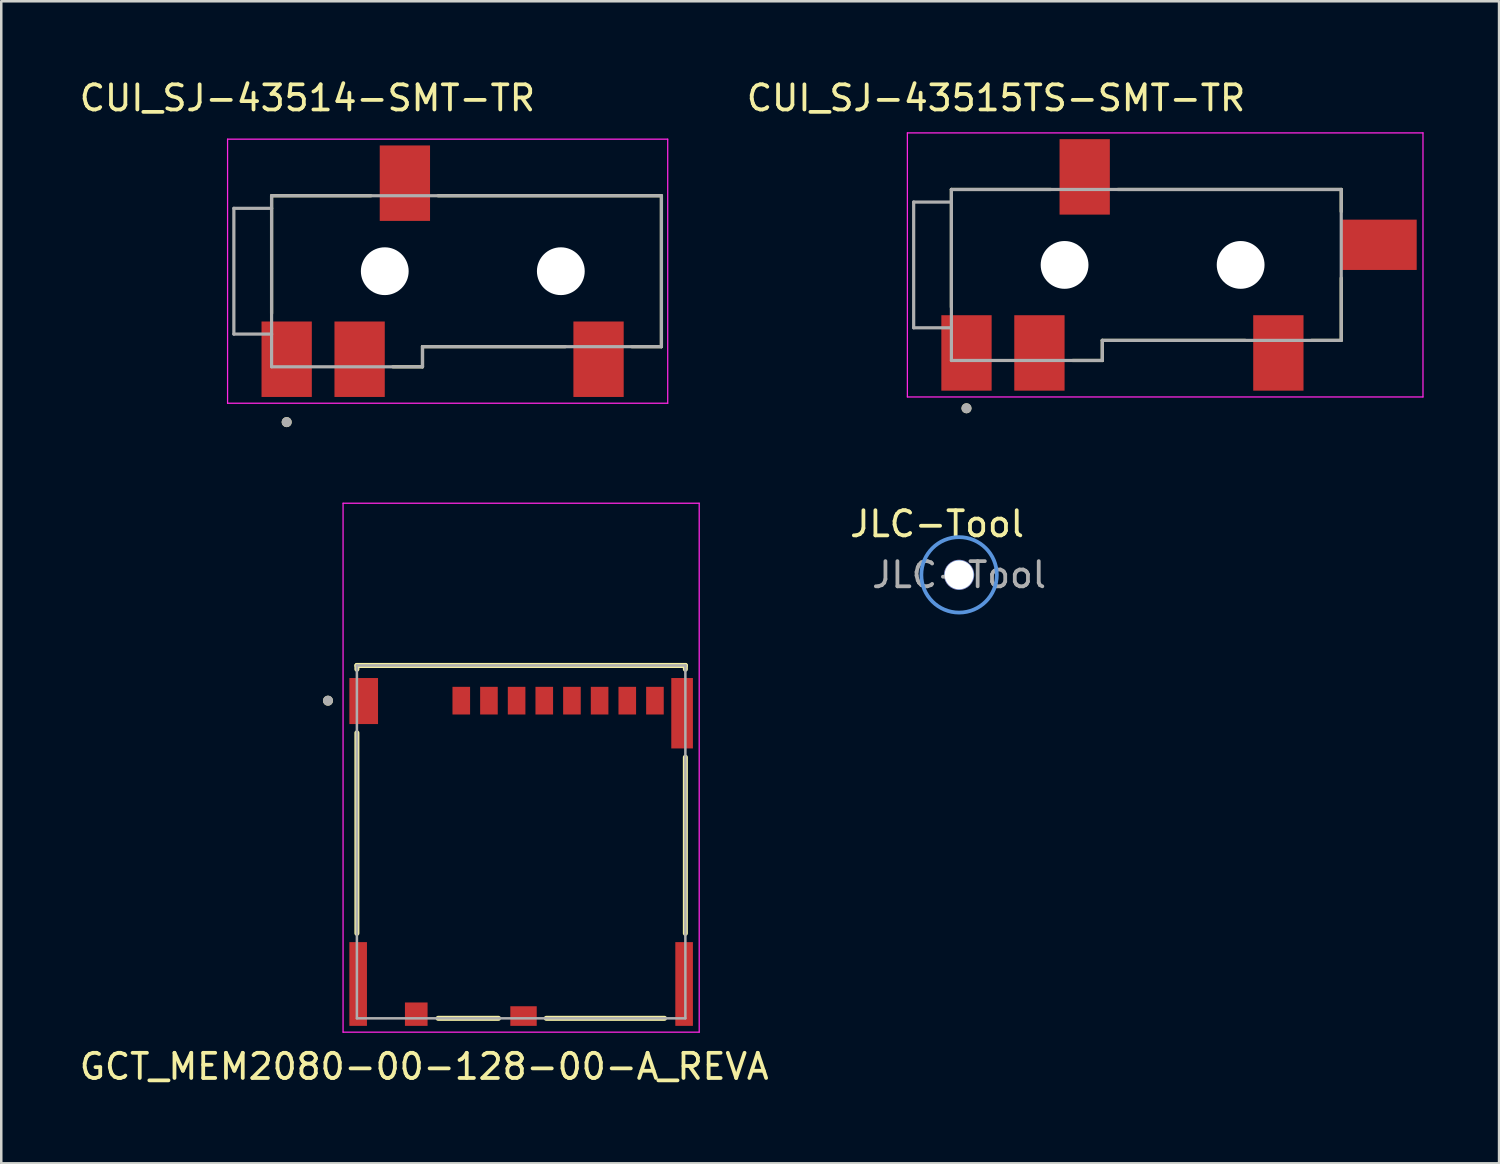
<source format=kicad_pcb>
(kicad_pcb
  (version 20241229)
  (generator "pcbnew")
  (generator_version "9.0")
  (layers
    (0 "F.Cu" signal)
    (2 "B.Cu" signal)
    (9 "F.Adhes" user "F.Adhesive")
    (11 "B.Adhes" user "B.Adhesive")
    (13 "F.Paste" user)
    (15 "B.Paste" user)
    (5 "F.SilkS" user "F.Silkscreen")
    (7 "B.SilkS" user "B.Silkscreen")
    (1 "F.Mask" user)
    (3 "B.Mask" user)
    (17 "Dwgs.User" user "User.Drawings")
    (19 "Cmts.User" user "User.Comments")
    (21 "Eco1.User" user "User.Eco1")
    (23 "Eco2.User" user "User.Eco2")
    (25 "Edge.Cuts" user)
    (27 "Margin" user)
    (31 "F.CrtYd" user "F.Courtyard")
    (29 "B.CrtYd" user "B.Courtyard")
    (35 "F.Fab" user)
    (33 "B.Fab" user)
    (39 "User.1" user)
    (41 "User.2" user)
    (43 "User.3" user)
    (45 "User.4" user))
  (footprint "CUI_SJ-43515TS-SMT-TR"
    (layer "F.Cu")
    (at 35.377 10.983)
    (property "Reference" "CUI_SJ-43515TS-SMT-TR" (at 1.175 -10.135 0) (layer "F.SilkS") (effects (font (size 1 1) (thickness 0.15))))
    (attr smd)
    (fp_line (start -0.6 -6.5) (end -0.6 -1.82) (stroke (width 0.127) (type solid)) (layer "F.SilkS"))
    (fp_line (start 3.35 -6.5) (end -0.6 -6.5) (stroke (width 0.127) (type solid)) (layer "F.SilkS"))
    (fp_line (start 4.22 0.3) (end 5.4 0.3) (stroke (width 0.127) (type solid)) (layer "F.SilkS"))
    (fp_line (start 5.4 -0.5) (end 11.08 -0.5) (stroke (width 0.127) (type solid)) (layer "F.SilkS"))
    (fp_line (start 5.4 0.3) (end 5.4 -0.5) (stroke (width 0.127) (type solid)) (layer "F.SilkS"))
    (fp_line (start 13.72 -0.5) (end 14.9 -0.5) (stroke (width 0.127) (type solid)) (layer "F.SilkS"))
    (fp_line (start 14.9 -6.5) (end 6.02 -6.5) (stroke (width 0.127) (type solid)) (layer "F.SilkS"))
    (fp_line (start 14.9 -5.62) (end 14.9 -6.5) (stroke (width 0.127) (type solid)) (layer "F.SilkS"))
    (fp_line (start 14.9 -0.5) (end 14.9 -2.98) (stroke (width 0.127) (type solid)) (layer "F.SilkS"))
    (fp_circle (center 0 2.2) (end 0.1 2.2) (stroke (width 0.2) (type solid)) (fill no) (layer "F.SilkS"))
    (fp_line (start -2.35 -8.75) (end -2.35 1.75) (stroke (width 0.05) (type solid)) (layer "F.CrtYd"))
    (fp_line (start -2.35 1.75) (end 18.15 1.75) (stroke (width 0.05) (type solid)) (layer "F.CrtYd"))
    (fp_line (start 18.15 -8.75) (end -2.35 -8.75) (stroke (width 0.05) (type solid)) (layer "F.CrtYd"))
    (fp_line (start 18.15 1.75) (end 18.15 -8.75) (stroke (width 0.05) (type solid)) (layer "F.CrtYd"))
    (fp_line (start -2.1 -6) (end -2.1 -1) (stroke (width 0.127) (type solid)) (layer "F.Fab"))
    (fp_line (start -2.1 -1) (end -0.6 -1) (stroke (width 0.127) (type solid)) (layer "F.Fab"))
    (fp_line (start -0.6 -6.5) (end -0.6 -6) (stroke (width 0.127) (type solid)) (layer "F.Fab"))
    (fp_line (start -0.6 -6) (end -2.1 -6) (stroke (width 0.127) (type solid)) (layer "F.Fab"))
    (fp_line (start -0.6 -6) (end -0.6 -1) (stroke (width 0.127) (type solid)) (layer "F.Fab"))
    (fp_line (start -0.6 -1) (end -0.6 0.3) (stroke (width 0.127) (type solid)) (layer "F.Fab"))
    (fp_line (start -0.6 0.3) (end 5.4 0.3) (stroke (width 0.127) (type solid)) (layer "F.Fab"))
    (fp_line (start 5.4 -0.5) (end 14.9 -0.5) (stroke (width 0.127) (type solid)) (layer "F.Fab"))
    (fp_line (start 5.4 0.3) (end 5.4 -0.5) (stroke (width 0.127) (type solid)) (layer "F.Fab"))
    (fp_line (start 14.9 -6.5) (end -0.6 -6.5) (stroke (width 0.127) (type solid)) (layer "F.Fab"))
    (fp_line (start 14.9 -0.5) (end 14.9 -6.5) (stroke (width 0.127) (type solid)) (layer "F.Fab"))
    (fp_circle (center 0 2.2) (end 0.1 2.2) (stroke (width 0.2) (type solid)) (fill no) (layer "F.Fab"))
    (pad "" np_thru_hole circle (at 3.9 -3.5) (size 1.9 1.9) (drill 1.9) (layers "*.Cu" "*.Mask"))
    (pad "" np_thru_hole circle (at 10.9 -3.5) (size 1.9 1.9) (drill 1.9) (layers "*.Cu" "*.Mask"))
    (pad "1" smd rect (at 0 0) (size 2 3) (layers "F.Cu" "F.Mask" "F.Paste"))
    (pad "2" smd rect (at 12.4 0) (size 2 3) (layers "F.Cu" "F.Mask" "F.Paste"))
    (pad "3" smd rect (at 4.7 -7) (size 2 3) (layers "F.Cu" "F.Mask" "F.Paste"))
    (pad "4" smd rect (at 2.9 0) (size 2 3) (layers "F.Cu" "F.Mask" "F.Paste"))
    (pad "5" smd rect (at 16.4 -4.3) (size 3 2) (layers "F.Cu" "F.Mask" "F.Paste")))
  (footprint "GCT_MEM2080-00-128-00-A_REVA"
    (layer "F.Cu")
    (at 17.67 30.423)
    (property "Reference" "GCT_MEM2080-00-128-00-A_REVA" (at -3.854 8.931 0) (layer "F.SilkS") (effects (font (size 1 1) (thickness 0.15))))
    (attr through_hole)
    (fp_line (start -6.53 -7.015) (end 6.53 -7.015) (stroke (width 0.2) (type solid)) (layer "F.SilkS"))
    (fp_line (start -6.53 -6.865) (end -6.53 -7.015) (stroke (width 0.2) (type solid)) (layer "F.SilkS"))
    (fp_line (start -6.53 -4.335) (end -6.53 3.635) (stroke (width 0.2) (type solid)) (layer "F.SilkS"))
    (fp_line (start -3.3 7.015) (end -0.9 7.015) (stroke (width 0.2) (type solid)) (layer "F.SilkS"))
    (fp_line (start 1 7.015) (end 5.7 7.015) (stroke (width 0.2) (type solid)) (layer "F.SilkS"))
    (fp_line (start 6.53 -7.015) (end 6.53 -6.865) (stroke (width 0.2) (type solid)) (layer "F.SilkS"))
    (fp_line (start 6.53 -3.365) (end 6.53 3.635) (stroke (width 0.2) (type solid)) (layer "F.SilkS"))
    (fp_circle (center -7.68 -5.615) (end -7.58 -5.615) (stroke (width 0.2) (type solid)) (fill no) (layer "F.SilkS"))
    (fp_line (start -7.08 -13.465) (end -7.08 7.565) (stroke (width 0.05) (type solid)) (layer "F.CrtYd"))
    (fp_line (start -7.08 7.565) (end 7.08 7.565) (stroke (width 0.05) (type solid)) (layer "F.CrtYd"))
    (fp_line (start 7.08 -13.465) (end -7.08 -13.465) (stroke (width 0.05) (type solid)) (layer "F.CrtYd"))
    (fp_line (start 7.08 7.565) (end 7.08 -13.465) (stroke (width 0.05) (type solid)) (layer "F.CrtYd"))
    (fp_line (start -6.53 -7.015) (end 6.53 -7.015) (stroke (width 0.1) (type solid)) (layer "F.Fab"))
    (fp_line (start -6.53 7.015) (end -6.53 -7.015) (stroke (width 0.1) (type solid)) (layer "F.Fab"))
    (fp_line (start 6.53 -7.015) (end 6.53 7.015) (stroke (width 0.1) (type solid)) (layer "F.Fab"))
    (fp_line (start 6.53 7.015) (end -6.53 7.015) (stroke (width 0.1) (type solid)) (layer "F.Fab"))
    (fp_circle (center -7.68 -5.615) (end -7.58 -5.615) (stroke (width 0.2) (type solid)) (fill no) (layer "F.Fab"))
    (pad "DSW1" smd rect (at -4.17 6.85) (size 0.9 0.93) (layers "F.Cu" "F.Mask" "F.Paste"))
    (pad "DSW2" smd rect (at 0.095 6.925) (size 1.05 0.78) (layers "F.Cu" "F.Mask" "F.Paste"))
    (pad "P1" smd rect (at -2.38 -5.615) (size 0.7 1.1) (layers "F.Cu" "F.Mask" "F.Paste"))
    (pad "P2" smd rect (at -1.28 -5.615) (size 0.7 1.1) (layers "F.Cu" "F.Mask" "F.Paste"))
    (pad "P3" smd rect (at -0.18 -5.615) (size 0.7 1.1) (layers "F.Cu" "F.Mask" "F.Paste"))
    (pad "P4" smd rect (at 0.92 -5.615) (size 0.7 1.1) (layers "F.Cu" "F.Mask" "F.Paste"))
    (pad "P5" smd rect (at 2.02 -5.615) (size 0.7 1.1) (layers "F.Cu" "F.Mask" "F.Paste"))
    (pad "P6" smd rect (at 3.12 -5.615) (size 0.7 1.1) (layers "F.Cu" "F.Mask" "F.Paste"))
    (pad "P7" smd rect (at 4.22 -5.615) (size 0.7 1.1) (layers "F.Cu" "F.Mask" "F.Paste"))
    (pad "P8" smd rect (at 5.32 -5.615) (size 0.7 1.1) (layers "F.Cu" "F.Mask" "F.Paste"))
    (pad "S1" smd rect (at -6.26 -5.6) (size 1.14 1.83) (layers "F.Cu" "F.Mask" "F.Paste"))
    (pad "S2" smd rect (at 6.4 -5.115) (size 0.86 2.8) (layers "F.Cu" "F.Mask" "F.Paste"))
    (pad "S3" smd rect (at -6.48 5.65) (size 0.7 3.33) (layers "F.Cu" "F.Mask" "F.Paste"))
    (pad "S4" smd rect (at 6.48 5.65) (size 0.7 3.33) (layers "F.Cu" "F.Mask" "F.Paste"))
    (zone (net_name "") (layer "F.Cu") (hatch full 0.508) (connect_pads) (min_thickness 0.01) (filled_areas_thickness no) (keepout (tracks not_allowed) (vias not_allowed) (pads not_allowed) (copperpour not_allowed) (footprints allowed)) (placement (enabled no)) (fill) (polygon (pts (xy 19.64 34.408) (xy 14.64 34.408) (xy 14.64 28.958) (xy 23.64 28.958) (xy 23.64 36.808) (xy 19.64 36.808))))
    (zone (net_name "") (layers "F.Cu" "B.Cu") (hatch full 0.508) (connect_pads) (min_thickness 0.01) (filled_areas_thickness no) (keepout (tracks allowed) (vias not_allowed) (pads allowed) (copperpour allowed) (footprints allowed)) (placement (enabled no)) (fill) (polygon (pts (xy 19.64 34.408) (xy 14.64 34.408) (xy 14.64 28.958) (xy 23.64 28.958) (xy 23.64 36.808) (xy 19.64 36.808)))))
  (footprint "JLC-Tool"
    (layer "F.Cu")
    (at 35.083 19.806)
    (property "Reference" "JLC-Tool" (at -0.875 -2.025 0) (layer "F.SilkS") (effects (font (size 1 1) (thickness 0.15))))
    (attr exclude_from_pos_files exclude_from_bom)
    (fp_circle (center 0 0) (end 1.5 0) (stroke (width 0.15) (type solid)) (fill no) (layer "Cmts.User"))
    (fp_circle (center 0 0) (end 1.5 0) (stroke (width 0.05) (type solid)) (fill no) (layer "F.CrtYd"))
    (fp_text user "${REFERENCE}" (at 0 0 0) (layer "F.Fab") (effects (font (size 1 1) (thickness 0.15))))
    (pad "" np_thru_hole circle (at 0 0) (size 1.2 1.2) (drill 1.152) (layers "*.Cu" "*.Mask")))
  (footprint "CUI_SJ-43514-SMT-TR"
    (layer "F.Cu")
    (at 8.348 11.233)
    (property "Reference" "CUI_SJ-43514-SMT-TR" (at 0.825 -10.385 0) (layer "F.SilkS") (effects (font (size 1 1) (thickness 0.15))))
    (attr smd)
    (fp_line (start -0.6 -6.5) (end -0.6 -1.82) (stroke (width 0.127) (type solid)) (layer "F.SilkS"))
    (fp_line (start 3.35 -6.5) (end -0.6 -6.5) (stroke (width 0.127) (type solid)) (layer "F.SilkS"))
    (fp_line (start 4.22 0.3) (end 5.4 0.3) (stroke (width 0.127) (type solid)) (layer "F.SilkS"))
    (fp_line (start 5.4 -0.5) (end 11.08 -0.5) (stroke (width 0.127) (type solid)) (layer "F.SilkS"))
    (fp_line (start 5.4 0.3) (end 5.4 -0.5) (stroke (width 0.127) (type solid)) (layer "F.SilkS"))
    (fp_line (start 13.72 -0.5) (end 14.9 -0.5) (stroke (width 0.127) (type solid)) (layer "F.SilkS"))
    (fp_line (start 14.9 -6.5) (end 6.02 -6.5) (stroke (width 0.127) (type solid)) (layer "F.SilkS"))
    (fp_line (start 14.9 -0.5) (end 14.9 -6.5) (stroke (width 0.127) (type solid)) (layer "F.SilkS"))
    (fp_circle (center 0 2.5) (end 0.1 2.5) (stroke (width 0.2) (type solid)) (fill no) (layer "F.SilkS"))
    (fp_line (start -2.35 -8.75) (end -2.35 1.75) (stroke (width 0.05) (type solid)) (layer "F.CrtYd"))
    (fp_line (start -2.35 1.75) (end 15.15 1.75) (stroke (width 0.05) (type solid)) (layer "F.CrtYd"))
    (fp_line (start 15.15 -8.75) (end -2.35 -8.75) (stroke (width 0.05) (type solid)) (layer "F.CrtYd"))
    (fp_line (start 15.15 1.75) (end 15.15 -8.75) (stroke (width 0.05) (type solid)) (layer "F.CrtYd"))
    (fp_line (start -2.1 -6) (end -2.1 -1) (stroke (width 0.127) (type solid)) (layer "F.Fab"))
    (fp_line (start -2.1 -1) (end -0.6 -1) (stroke (width 0.127) (type solid)) (layer "F.Fab"))
    (fp_line (start -0.6 -6.5) (end -0.6 -6) (stroke (width 0.127) (type solid)) (layer "F.Fab"))
    (fp_line (start -0.6 -6) (end -2.1 -6) (stroke (width 0.127) (type solid)) (layer "F.Fab"))
    (fp_line (start -0.6 -6) (end -0.6 -1) (stroke (width 0.127) (type solid)) (layer "F.Fab"))
    (fp_line (start -0.6 -1) (end -0.6 0.3) (stroke (width 0.127) (type solid)) (layer "F.Fab"))
    (fp_line (start -0.6 0.3) (end 5.4 0.3) (stroke (width 0.127) (type solid)) (layer "F.Fab"))
    (fp_line (start 5.4 -0.5) (end 14.9 -0.5) (stroke (width 0.127) (type solid)) (layer "F.Fab"))
    (fp_line (start 5.4 0.3) (end 5.4 -0.5) (stroke (width 0.127) (type solid)) (layer "F.Fab"))
    (fp_line (start 14.9 -6.5) (end -0.6 -6.5) (stroke (width 0.127) (type solid)) (layer "F.Fab"))
    (fp_line (start 14.9 -0.5) (end 14.9 -6.5) (stroke (width 0.127) (type solid)) (layer "F.Fab"))
    (fp_circle (center 0 2.5) (end 0.1 2.5) (stroke (width 0.2) (type solid)) (fill no) (layer "F.Fab"))
    (pad "" np_thru_hole circle (at 3.9 -3.5) (size 1.9 1.9) (drill 1.9) (layers "*.Cu" "*.Mask"))
    (pad "" np_thru_hole circle (at 10.9 -3.5) (size 1.9 1.9) (drill 1.9) (layers "*.Cu" "*.Mask"))
    (pad "1" smd rect (at 0 0) (size 2 3) (layers "F.Cu" "F.Mask" "F.Paste"))
    (pad "2" smd rect (at 12.4 0) (size 2 3) (layers "F.Cu" "F.Mask" "F.Paste"))
    (pad "3" smd rect (at 4.7 -7) (size 2 3) (layers "F.Cu" "F.Mask" "F.Paste"))
    (pad "4" smd rect (at 2.9 0) (size 2 3) (layers "F.Cu" "F.Mask" "F.Paste")))
  (gr_rect
    (start -3 -3)
    (end 56.552 43.202)
    (stroke (width 0.1) (type default))
    (fill no)
    (layer "Edge.Cuts")))
</source>
